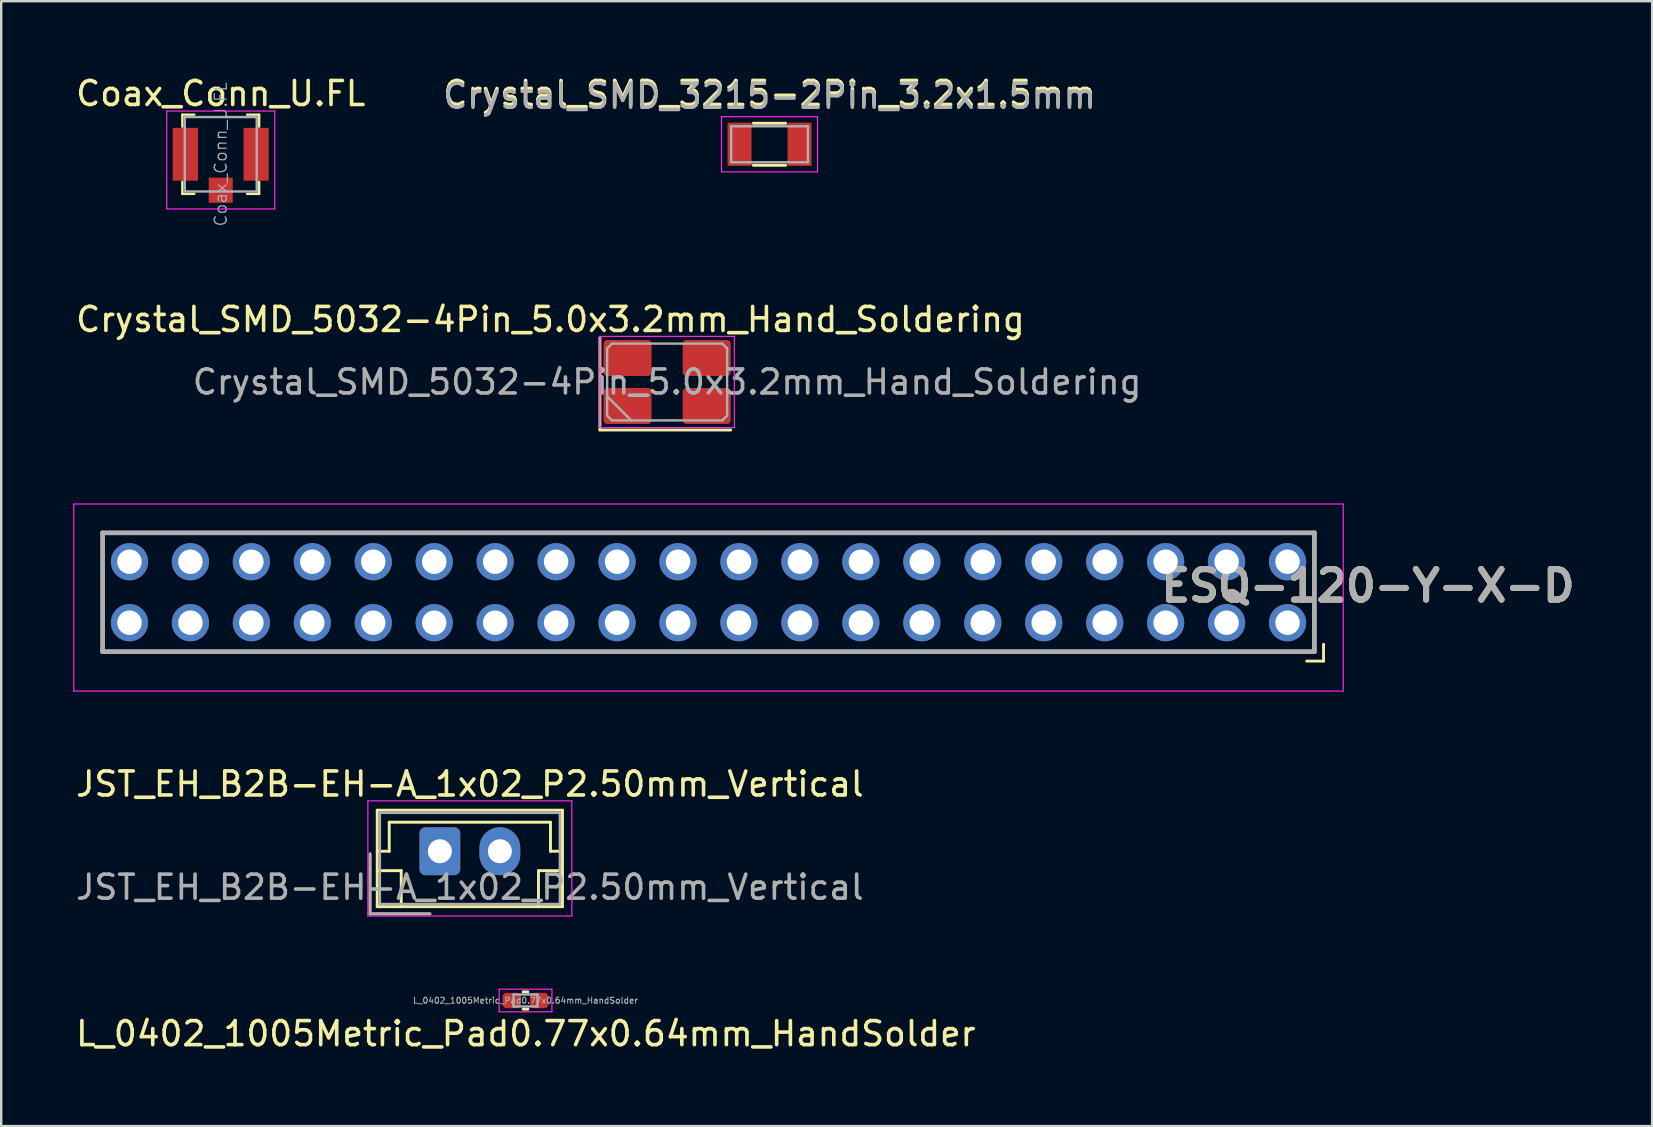
<source format=kicad_pcb>
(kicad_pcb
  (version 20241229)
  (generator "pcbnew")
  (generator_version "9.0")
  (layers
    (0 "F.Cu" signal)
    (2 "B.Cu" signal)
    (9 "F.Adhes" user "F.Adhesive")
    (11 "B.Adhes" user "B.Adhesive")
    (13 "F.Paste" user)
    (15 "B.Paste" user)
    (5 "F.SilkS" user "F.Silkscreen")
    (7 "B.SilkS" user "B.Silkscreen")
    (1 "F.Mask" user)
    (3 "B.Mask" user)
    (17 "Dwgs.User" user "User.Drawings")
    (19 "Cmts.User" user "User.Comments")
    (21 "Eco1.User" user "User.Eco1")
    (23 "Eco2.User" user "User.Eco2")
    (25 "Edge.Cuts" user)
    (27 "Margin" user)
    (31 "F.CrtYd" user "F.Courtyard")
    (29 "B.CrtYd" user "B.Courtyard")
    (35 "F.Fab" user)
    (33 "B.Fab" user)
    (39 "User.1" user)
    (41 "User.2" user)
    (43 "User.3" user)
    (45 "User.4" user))
  (footprint "Crystal_SMD_3215-2Pin_3.2x1.5mm"
    (layer "F.Cu")
    (at 29.018 2.962)
    (property "Reference" "Crystal_SMD_3215-2Pin_3.2x1.5mm" (at 0 -2.113 180) (layer "F.SilkS") (effects (font (size 1 1) (thickness 0.15))))
    (attr smd)
    (fp_line (start -0.675 -0.875) (end 0.675 -0.875) (stroke (width 0.12) (type solid)) (layer "F.SilkS"))
    (fp_line (start -0.675 0.875) (end 0.675 0.875) (stroke (width 0.12) (type solid)) (layer "F.SilkS"))
    (fp_line (start -2 -1.15) (end -2 1.15) (stroke (width 0.05) (type solid)) (layer "F.CrtYd"))
    (fp_line (start -2 -1.15) (end 2 -1.15) (stroke (width 0.05) (type solid)) (layer "F.CrtYd"))
    (fp_line (start -2 1.15) (end 2 1.15) (stroke (width 0.05) (type solid)) (layer "F.CrtYd"))
    (fp_line (start 2 -1.15) (end 2 1.15) (stroke (width 0.05) (type solid)) (layer "F.CrtYd"))
    (fp_line (start -1.6 -0.75) (end -1.6 0.75) (stroke (width 0.1) (type solid)) (layer "F.Fab"))
    (fp_line (start -1.6 -0.75) (end 1.6 -0.75) (stroke (width 0.1) (type solid)) (layer "F.Fab"))
    (fp_line (start -1.6 0.75) (end 1.6 0.75) (stroke (width 0.1) (type solid)) (layer "F.Fab"))
    (fp_line (start 1.6 -0.75) (end 1.6 0.75) (stroke (width 0.1) (type solid)) (layer "F.Fab"))
    (fp_text user "${REFERENCE}" (at 0 -2 180) (layer "F.Fab") (effects (font (size 1 1) (thickness 0.15))))
    (pad "1" smd rect (at 1.25 0) (size 1 1.8) (layers "F.Cu" "F.Mask" "F.Paste"))
    (pad "2" smd rect (at -1.25 0) (size 1 1.8) (layers "F.Cu" "F.Mask" "F.Paste")))
  (footprint "JST_EH_B2B-EH-A_1x02_P2.50mm_Vertical"
    (layer "F.Cu")
    (at 15.28 32.423)
    (property "Reference" "JST_EH_B2B-EH-A_1x02_P2.50mm_Vertical" (at 1.25 -2.8 180) (layer "F.SilkS") (effects (font (size 1 1) (thickness 0.15))))
    (attr through_hole)
    (fp_line (start -2.91 0.11) (end -2.91 2.61) (stroke (width 0.12) (type solid)) (layer "F.SilkS"))
    (fp_line (start -2.91 2.61) (end -0.41 2.61) (stroke (width 0.12) (type solid)) (layer "F.SilkS"))
    (fp_line (start -2.61 -1.71) (end -2.61 2.31) (stroke (width 0.12) (type solid)) (layer "F.SilkS"))
    (fp_line (start -2.61 0) (end -2.11 0) (stroke (width 0.12) (type solid)) (layer "F.SilkS"))
    (fp_line (start -2.61 0.81) (end -1.61 0.81) (stroke (width 0.12) (type solid)) (layer "F.SilkS"))
    (fp_line (start -2.61 2.31) (end 5.11 2.31) (stroke (width 0.12) (type solid)) (layer "F.SilkS"))
    (fp_line (start -2.11 -1.21) (end 4.61 -1.21) (stroke (width 0.12) (type solid)) (layer "F.SilkS"))
    (fp_line (start -2.11 0) (end -2.11 -1.21) (stroke (width 0.12) (type solid)) (layer "F.SilkS"))
    (fp_line (start -1.61 0.81) (end -1.61 2.31) (stroke (width 0.12) (type solid)) (layer "F.SilkS"))
    (fp_line (start 4.11 0.81) (end 4.11 2.31) (stroke (width 0.12) (type solid)) (layer "F.SilkS"))
    (fp_line (start 4.61 -1.21) (end 4.61 0) (stroke (width 0.12) (type solid)) (layer "F.SilkS"))
    (fp_line (start 4.61 0) (end 5.11 0) (stroke (width 0.12) (type solid)) (layer "F.SilkS"))
    (fp_line (start 5.11 -1.71) (end -2.61 -1.71) (stroke (width 0.12) (type solid)) (layer "F.SilkS"))
    (fp_line (start 5.11 0.81) (end 4.11 0.81) (stroke (width 0.12) (type solid)) (layer "F.SilkS"))
    (fp_line (start 5.11 2.31) (end 5.11 -1.71) (stroke (width 0.12) (type solid)) (layer "F.SilkS"))
    (fp_line (start -3 -2.1) (end -3 2.7) (stroke (width 0.05) (type solid)) (layer "F.CrtYd"))
    (fp_line (start -3 2.7) (end 5.5 2.7) (stroke (width 0.05) (type solid)) (layer "F.CrtYd"))
    (fp_line (start 5.5 -2.1) (end -3 -2.1) (stroke (width 0.05) (type solid)) (layer "F.CrtYd"))
    (fp_line (start 5.5 2.7) (end 5.5 -2.1) (stroke (width 0.05) (type solid)) (layer "F.CrtYd"))
    (fp_line (start -2.91 0.11) (end -2.91 2.61) (stroke (width 0.1) (type solid)) (layer "F.Fab"))
    (fp_line (start -2.91 2.61) (end -0.41 2.61) (stroke (width 0.1) (type solid)) (layer "F.Fab"))
    (fp_line (start -2.5 -1.6) (end -2.5 2.2) (stroke (width 0.1) (type solid)) (layer "F.Fab"))
    (fp_line (start -2.5 2.2) (end 5 2.2) (stroke (width 0.1) (type solid)) (layer "F.Fab"))
    (fp_line (start 5 -1.6) (end -2.5 -1.6) (stroke (width 0.1) (type solid)) (layer "F.Fab"))
    (fp_line (start 5 2.2) (end 5 -1.6) (stroke (width 0.1) (type solid)) (layer "F.Fab"))
    (fp_text user "${REFERENCE}" (at 1.25 1.5 180) (layer "F.Fab") (effects (font (size 1 1) (thickness 0.15))))
    (pad "1" thru_hole roundrect (at 0 0) (size 1.7 2) (drill 1) (layers "*.Cu" "*.Mask") (roundrect_rratio 0.147))
    (pad "2" thru_hole oval (at 2.5 0) (size 1.7 2) (drill 1) (layers "*.Cu" "*.Mask")))
  (footprint "Crystal_SMD_5032-4Pin_5.0x3.2mm_Hand_Soldering"
    (layer "F.Cu")
    (at 24.751 12.869)
    (property "Reference" "Crystal_SMD_5032-4Pin_5.0x3.2mm_Hand_Soldering" (at -4.864 -2.606 0) (layer "F.SilkS") (effects (font (size 1 1) (thickness 0.15))))
    (attr smd)
    (fp_line (start -2.8 -1.85) (end -2.8 2) (stroke (width 0.12) (type solid)) (layer "F.SilkS"))
    (fp_line (start -2.8 2) (end 2.65 2) (stroke (width 0.12) (type solid)) (layer "F.SilkS"))
    (fp_line (start -2.8 -1.9) (end -2.8 1.9) (stroke (width 0.05) (type solid)) (layer "F.CrtYd"))
    (fp_line (start -2.8 1.9) (end 2.8 1.9) (stroke (width 0.05) (type solid)) (layer "F.CrtYd"))
    (fp_line (start 2.8 -1.9) (end -2.8 -1.9) (stroke (width 0.05) (type solid)) (layer "F.CrtYd"))
    (fp_line (start 2.8 1.9) (end 2.8 -1.9) (stroke (width 0.05) (type solid)) (layer "F.CrtYd"))
    (fp_line (start -2.5 -1.4) (end -2.3 -1.6) (stroke (width 0.1) (type solid)) (layer "F.Fab"))
    (fp_line (start -2.5 0.6) (end -1.5 1.6) (stroke (width 0.1) (type solid)) (layer "F.Fab"))
    (fp_line (start -2.5 1.4) (end -2.5 -1.4) (stroke (width 0.1) (type solid)) (layer "F.Fab"))
    (fp_line (start -2.3 -1.6) (end 2.3 -1.6) (stroke (width 0.1) (type solid)) (layer "F.Fab"))
    (fp_line (start -2.3 1.6) (end -2.5 1.4) (stroke (width 0.1) (type solid)) (layer "F.Fab"))
    (fp_line (start 2.3 -1.6) (end 2.5 -1.4) (stroke (width 0.1) (type solid)) (layer "F.Fab"))
    (fp_line (start 2.3 1.6) (end -2.3 1.6) (stroke (width 0.1) (type solid)) (layer "F.Fab"))
    (fp_line (start 2.5 -1.4) (end 2.5 1.4) (stroke (width 0.1) (type solid)) (layer "F.Fab"))
    (fp_line (start 2.5 1.4) (end 2.3 1.6) (stroke (width 0.1) (type solid)) (layer "F.Fab"))
    (fp_text user "${REFERENCE}" (at 0 0 0) (layer "F.Fab") (effects (font (size 1 1) (thickness 0.15))))
    (pad "1" smd roundrect (at -1.65 1 180) (size 2 1.5) (layers "F.Cu" "F.Mask" "F.Paste") (roundrect_rratio 0.1))
    (pad "2" smd roundrect (at 1.65 1) (size 2 1.5) (layers "F.Cu" "F.Mask" "F.Paste") (roundrect_rratio 0.1))
    (pad "3" smd roundrect (at 1.65 -1) (size 2 1.5) (layers "F.Cu" "F.Mask" "F.Paste") (roundrect_rratio 0.1))
    (pad "4" smd roundrect (at -1.65 -1) (size 2 1.5) (layers "F.Cu" "F.Mask" "F.Paste") (roundrect_rratio 0.1)))
  (footprint "L_0402_1005Metric_Pad0.77x0.64mm_HandSolder"
    (layer "F.Cu")
    (at 18.85 38.643)
    (property "Reference" "L_0402_1005Metric_Pad0.77x0.64mm_HandSolder" (at 0.013 1.384 180) (layer "F.SilkS") (effects (font (size 1 1) (thickness 0.15))))
    (attr smd)
    (fp_line (start -0.1 -0.36) (end 0.1 -0.36) (stroke (width 0.12) (type solid)) (layer "F.SilkS"))
    (fp_line (start -0.1 0.36) (end 0.1 0.36) (stroke (width 0.12) (type solid)) (layer "F.SilkS"))
    (fp_line (start -1.1 -0.47) (end 1.1 -0.47) (stroke (width 0.05) (type solid)) (layer "F.CrtYd"))
    (fp_line (start -1.1 0.47) (end -1.1 -0.47) (stroke (width 0.05) (type solid)) (layer "F.CrtYd"))
    (fp_line (start 1.1 -0.47) (end 1.1 0.47) (stroke (width 0.05) (type solid)) (layer "F.CrtYd"))
    (fp_line (start 1.1 0.47) (end -1.1 0.47) (stroke (width 0.05) (type solid)) (layer "F.CrtYd"))
    (fp_line (start -0.5 -0.25) (end 0.5 -0.25) (stroke (width 0.1) (type solid)) (layer "F.Fab"))
    (fp_line (start -0.5 0.25) (end -0.5 -0.25) (stroke (width 0.1) (type solid)) (layer "F.Fab"))
    (fp_line (start 0.5 -0.25) (end 0.5 0.25) (stroke (width 0.1) (type solid)) (layer "F.Fab"))
    (fp_line (start 0.5 0.25) (end -0.5 0.25) (stroke (width 0.1) (type solid)) (layer "F.Fab"))
    (fp_text user "${REFERENCE}" (at 0 0 180) (layer "F.Fab") (effects (font (size 0.25 0.25) (thickness 0.04))))
    (pad "1" smd roundrect (at -0.573 0) (size 0.765 0.64) (layers "F.Cu" "F.Mask" "F.Paste") (roundrect_rratio 0.25))
    (pad "2" smd roundrect (at 0.573 0) (size 0.765 0.64) (layers "F.Cu" "F.Mask" "F.Paste") (roundrect_rratio 0.25)))
  (footprint "ESQ-120-Y-X-D"
    (layer "F.Cu")
    (at 50.605 22.899)
    (property "Reference" "ESQ-120-Y-X-D" (at 3.353 -1.537 180) (layer "F.SilkS") (effects (font (size 1.27 1.27) (thickness 0.254))))
    (attr through_hole)
    (fp_line (start -49.38 -3.745) (end 1.12 -3.745) (stroke (width 0.1) (type solid)) (layer "F.SilkS"))
    (fp_line (start -49.38 1.205) (end -49.38 -3.745) (stroke (width 0.1) (type solid)) (layer "F.SilkS"))
    (fp_line (start 0.8 1.6) (end 1.5 1.6) (stroke (width 0.12) (type solid)) (layer "F.SilkS"))
    (fp_line (start 1.12 -3.745) (end 1.12 1.205) (stroke (width 0.1) (type solid)) (layer "F.SilkS"))
    (fp_line (start 1.12 1.205) (end -49.38 1.205) (stroke (width 0.1) (type solid)) (layer "F.SilkS"))
    (fp_line (start 1.5 1.6) (end 1.5 0.9) (stroke (width 0.12) (type solid)) (layer "F.SilkS"))
    (fp_line (start -50.58 -4.945) (end 2.32 -4.945) (stroke (width 0.05) (type solid)) (layer "F.CrtYd"))
    (fp_line (start -50.58 2.85) (end -50.58 -4.945) (stroke (width 0.05) (type solid)) (layer "F.CrtYd"))
    (fp_line (start 2.32 -4.945) (end 2.32 2.85) (stroke (width 0.05) (type solid)) (layer "F.CrtYd"))
    (fp_line (start 2.32 2.85) (end -50.58 2.85) (stroke (width 0.05) (type solid)) (layer "F.CrtYd"))
    (fp_line (start -49.38 -3.745) (end 1.12 -3.745) (stroke (width 0.2) (type solid)) (layer "F.Fab"))
    (fp_line (start -49.38 1.205) (end -49.38 -3.745) (stroke (width 0.2) (type solid)) (layer "F.Fab"))
    (fp_line (start 1.12 -3.745) (end 1.12 1.205) (stroke (width 0.2) (type solid)) (layer "F.Fab"))
    (fp_line (start 1.12 1.205) (end -49.38 1.205) (stroke (width 0.2) (type solid)) (layer "F.Fab"))
    (fp_text user "${REFERENCE}" (at 3.353 -1.537 180) (layer "F.Fab") (effects (font (size 1.27 1.27) (thickness 0.254))))
    (pad "1" thru_hole circle (at 0 0) (size 1.55 1.55) (drill 1.02) (layers "*.Cu" "*.Mask"))
    (pad "2" thru_hole circle (at 0 -2.54) (size 1.55 1.55) (drill 1.02) (layers "*.Cu" "*.Mask"))
    (pad "3" thru_hole circle (at -2.54 0) (size 1.55 1.55) (drill 1.02) (layers "*.Cu" "*.Mask"))
    (pad "4" thru_hole circle (at -2.54 -2.54) (size 1.55 1.55) (drill 1.02) (layers "*.Cu" "*.Mask"))
    (pad "5" thru_hole circle (at -5.08 0) (size 1.55 1.55) (drill 1.02) (layers "*.Cu" "*.Mask"))
    (pad "6" thru_hole circle (at -5.08 -2.54) (size 1.55 1.55) (drill 1.02) (layers "*.Cu" "*.Mask"))
    (pad "7" thru_hole circle (at -7.62 0) (size 1.55 1.55) (drill 1.02) (layers "*.Cu" "*.Mask"))
    (pad "8" thru_hole circle (at -7.62 -2.54) (size 1.55 1.55) (drill 1.02) (layers "*.Cu" "*.Mask"))
    (pad "9" thru_hole circle (at -10.16 0) (size 1.55 1.55) (drill 1.02) (layers "*.Cu" "*.Mask"))
    (pad "10" thru_hole circle (at -10.16 -2.54) (size 1.55 1.55) (drill 1.02) (layers "*.Cu" "*.Mask"))
    (pad "11" thru_hole circle (at -12.7 0) (size 1.55 1.55) (drill 1.02) (layers "*.Cu" "*.Mask"))
    (pad "12" thru_hole circle (at -12.7 -2.54) (size 1.55 1.55) (drill 1.02) (layers "*.Cu" "*.Mask"))
    (pad "13" thru_hole circle (at -15.24 0) (size 1.55 1.55) (drill 1.02) (layers "*.Cu" "*.Mask"))
    (pad "14" thru_hole circle (at -15.24 -2.54) (size 1.55 1.55) (drill 1.02) (layers "*.Cu" "*.Mask"))
    (pad "15" thru_hole circle (at -17.78 0) (size 1.55 1.55) (drill 1.02) (layers "*.Cu" "*.Mask"))
    (pad "16" thru_hole circle (at -17.78 -2.54) (size 1.55 1.55) (drill 1.02) (layers "*.Cu" "*.Mask"))
    (pad "17" thru_hole circle (at -20.32 0) (size 1.55 1.55) (drill 1.02) (layers "*.Cu" "*.Mask"))
    (pad "18" thru_hole circle (at -20.32 -2.54) (size 1.55 1.55) (drill 1.02) (layers "*.Cu" "*.Mask"))
    (pad "19" thru_hole circle (at -22.86 0) (size 1.55 1.55) (drill 1.02) (layers "*.Cu" "*.Mask"))
    (pad "20" thru_hole circle (at -22.86 -2.54) (size 1.55 1.55) (drill 1.02) (layers "*.Cu" "*.Mask"))
    (pad "21" thru_hole circle (at -25.4 0) (size 1.55 1.55) (drill 1.02) (layers "*.Cu" "*.Mask"))
    (pad "22" thru_hole circle (at -25.4 -2.54) (size 1.55 1.55) (drill 1.02) (layers "*.Cu" "*.Mask"))
    (pad "23" thru_hole circle (at -27.94 0) (size 1.55 1.55) (drill 1.02) (layers "*.Cu" "*.Mask"))
    (pad "24" thru_hole circle (at -27.94 -2.54) (size 1.55 1.55) (drill 1.02) (layers "*.Cu" "*.Mask"))
    (pad "25" thru_hole circle (at -30.48 0) (size 1.55 1.55) (drill 1.02) (layers "*.Cu" "*.Mask"))
    (pad "26" thru_hole circle (at -30.48 -2.54) (size 1.55 1.55) (drill 1.02) (layers "*.Cu" "*.Mask"))
    (pad "27" thru_hole circle (at -33.02 0) (size 1.55 1.55) (drill 1.02) (layers "*.Cu" "*.Mask"))
    (pad "28" thru_hole circle (at -33.02 -2.54) (size 1.55 1.55) (drill 1.02) (layers "*.Cu" "*.Mask"))
    (pad "29" thru_hole circle (at -35.56 0) (size 1.55 1.55) (drill 1.02) (layers "*.Cu" "*.Mask"))
    (pad "30" thru_hole circle (at -35.56 -2.54) (size 1.55 1.55) (drill 1.02) (layers "*.Cu" "*.Mask"))
    (pad "31" thru_hole circle (at -38.1 0) (size 1.55 1.55) (drill 1.02) (layers "*.Cu" "*.Mask"))
    (pad "32" thru_hole circle (at -38.1 -2.54) (size 1.55 1.55) (drill 1.02) (layers "*.Cu" "*.Mask"))
    (pad "33" thru_hole circle (at -40.64 0) (size 1.55 1.55) (drill 1.02) (layers "*.Cu" "*.Mask"))
    (pad "34" thru_hole circle (at -40.64 -2.54) (size 1.55 1.55) (drill 1.02) (layers "*.Cu" "*.Mask"))
    (pad "35" thru_hole circle (at -43.18 0) (size 1.55 1.55) (drill 1.02) (layers "*.Cu" "*.Mask"))
    (pad "36" thru_hole circle (at -43.18 -2.54) (size 1.55 1.55) (drill 1.02) (layers "*.Cu" "*.Mask"))
    (pad "37" thru_hole circle (at -45.72 0) (size 1.55 1.55) (drill 1.02) (layers "*.Cu" "*.Mask"))
    (pad "38" thru_hole circle (at -45.72 -2.54) (size 1.55 1.55) (drill 1.02) (layers "*.Cu" "*.Mask"))
    (pad "39" thru_hole circle (at -48.26 0) (size 1.55 1.55) (drill 1.02) (layers "*.Cu" "*.Mask"))
    (pad "40" thru_hole circle (at -48.26 -2.54) (size 1.55 1.55) (drill 1.02) (layers "*.Cu" "*.Mask")))
  (footprint "Coax_Conn_U.FL"
    (layer "F.Cu")
    (at 6.149 3.378)
    (property "Reference" "Coax_Conn_U.FL" (at 0 -2.53 0) (layer "F.SilkS") (effects (font (size 1 1) (thickness 0.15))))
    (attr smd)
    (fp_line (start -1.6 -1.65) (end -1.6 -1.15) (stroke (width 0.1) (type solid)) (layer "F.SilkS"))
    (fp_line (start -1.6 -1.65) (end -1.1 -1.65) (stroke (width 0.1) (type solid)) (layer "F.SilkS"))
    (fp_line (start -1.6 1.65) (end -1.6 1.15) (stroke (width 0.1) (type solid)) (layer "F.SilkS"))
    (fp_line (start -1.6 1.65) (end -1.1 1.65) (stroke (width 0.1) (type solid)) (layer "F.SilkS"))
    (fp_line (start 1.6 -1.65) (end 1.1 -1.65) (stroke (width 0.1) (type solid)) (layer "F.SilkS"))
    (fp_line (start 1.6 -1.65) (end 1.6 -1.15) (stroke (width 0.1) (type solid)) (layer "F.SilkS"))
    (fp_line (start 1.6 1.65) (end 1.1 1.65) (stroke (width 0.1) (type solid)) (layer "F.SilkS"))
    (fp_line (start 1.6 1.65) (end 1.6 1.15) (stroke (width 0.1) (type solid)) (layer "F.SilkS"))
    (fp_line (start -2.25 -1.8) (end -2.25 2.28) (stroke (width 0.05) (type solid)) (layer "F.CrtYd"))
    (fp_line (start -2.25 -1.8) (end 2.25 -1.8) (stroke (width 0.05) (type solid)) (layer "F.CrtYd"))
    (fp_line (start -2.25 2.28) (end 2.25 2.28) (stroke (width 0.05) (type solid)) (layer "F.CrtYd"))
    (fp_line (start 2.25 -1.8) (end 2.25 2.28) (stroke (width 0.05) (type solid)) (layer "F.CrtYd"))
    (fp_line (start -1.5 -1.55) (end 1.5 -1.55) (stroke (width 0.1) (type solid)) (layer "F.Fab"))
    (fp_line (start -1.5 1.55) (end -1.5 -1.55) (stroke (width 0.1) (type solid)) (layer "F.Fab"))
    (fp_line (start -1.5 1.55) (end 1.5 1.55) (stroke (width 0.1) (type solid)) (layer "F.Fab"))
    (fp_line (start 1.5 1.55) (end 1.5 -1.55) (stroke (width 0.1) (type solid)) (layer "F.Fab"))
    (fp_text user "${REFERENCE}" (at 0 0 90) (layer "F.Fab") (effects (font (size 0.5 0.5) (thickness 0.05))))
    (pad "1" smd rect (at -1.475 0) (size 1.05 2.2) (layers "F.Cu" "F.Mask" "F.Paste"))
    (pad "1" smd rect (at 1.475 0) (size 1.05 2.2) (layers "F.Cu" "F.Mask" "F.Paste"))
    (pad "2" smd rect (at 0 1.5) (size 1 1.05) (layers "F.Cu" "F.Mask" "F.Paste")))
  (gr_rect
    (start -3 -3)
    (end 65.799 43.875)
    (stroke (width 0.1) (type default))
    (fill no)
    (layer "Edge.Cuts")))
</source>
